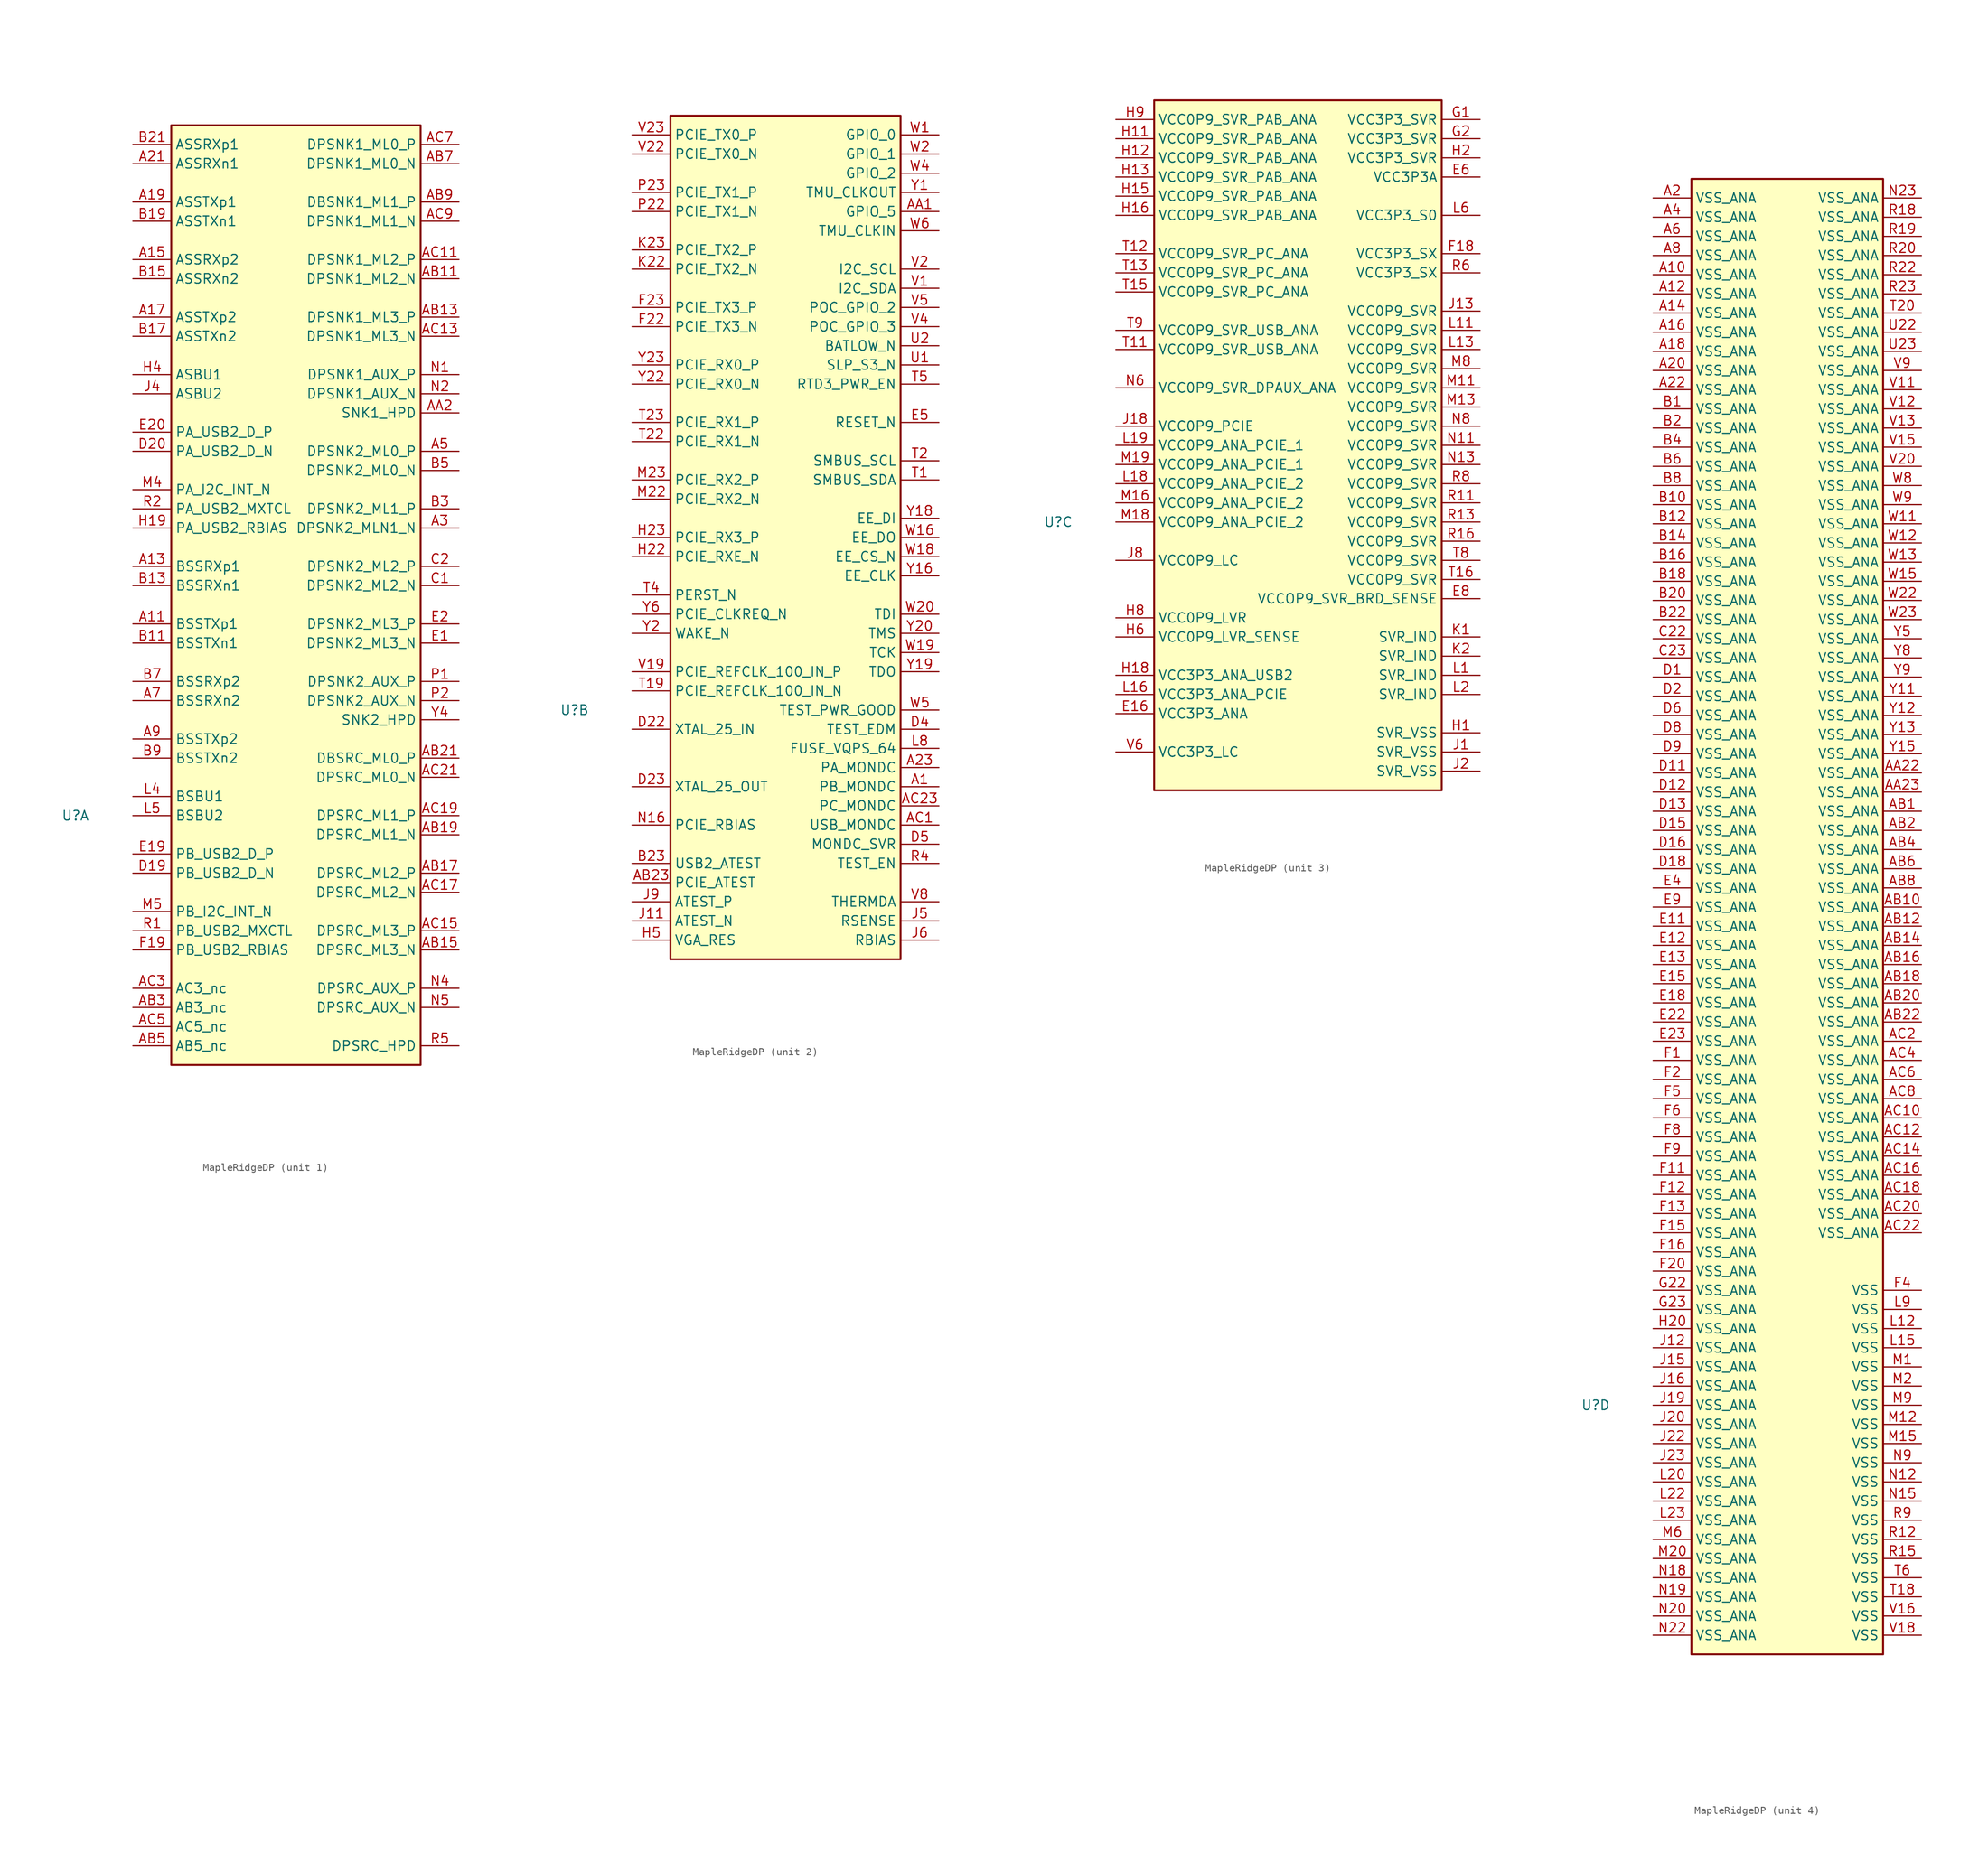
<source format=kicad_sym>
(kicad_symbol_lib
  (version 20241209)
  (generator "kicad_symbol_editor")
  (generator_version "9.0")
  (symbol "MapleRidgeDP"
    (property "Reference" "U"
      (at -7.62 30.48 0)
      (effects (font (size 1.27 1.27))))
    (property "Value" ""
      (at -7.62 30.48 0)
      (effects (font (size 1.27 1.27))))
    (property "ki_locked" ""
      (at 0 0 0)
      (effects (font (size 1.27 1.27))))
    (symbol "MapleRidgeDP_1_1"
      (rectangle (start 5.08 121.92) (end 38.1 -2.54) (stroke (width 0.254) (type default)) (fill (type background)))
      (pin passive line (at 0 119.38 0) (length 5.08) (name "ASSRXp1" (effects (font (size 1.27 1.27)))) (number "B21" (effects (font (size 1.27 1.27)))))
      (pin passive line (at 0 116.84 0) (length 5.08) (name "ASSRXn1" (effects (font (size 1.27 1.27)))) (number "A21" (effects (font (size 1.27 1.27)))))
      (pin passive line (at 0 111.76 0) (length 5.08) (name "ASSTXp1" (effects (font (size 1.27 1.27)))) (number "A19" (effects (font (size 1.27 1.27)))))
      (pin passive line (at 0 109.22 0) (length 5.08) (name "ASSTXn1" (effects (font (size 1.27 1.27)))) (number "B19" (effects (font (size 1.27 1.27)))))
      (pin passive line (at 0 104.14 0) (length 5.08) (name "ASSRXp2" (effects (font (size 1.27 1.27)))) (number "A15" (effects (font (size 1.27 1.27)))))
      (pin passive line (at 0 101.6 0) (length 5.08) (name "ASSRXn2" (effects (font (size 1.27 1.27)))) (number "B15" (effects (font (size 1.27 1.27)))))
      (pin passive line (at 0 96.52 0) (length 5.08) (name "ASSTXp2" (effects (font (size 1.27 1.27)))) (number "A17" (effects (font (size 1.27 1.27)))))
      (pin passive line (at 0 93.98 0) (length 5.08) (name "ASSTXn2" (effects (font (size 1.27 1.27)))) (number "B17" (effects (font (size 1.27 1.27)))))
      (pin passive line (at 0 88.9 0) (length 5.08) (name "ASBU1" (effects (font (size 1.27 1.27)))) (number "H4" (effects (font (size 1.27 1.27)))))
      (pin passive line (at 0 86.36 0) (length 5.08) (name "ASBU2" (effects (font (size 1.27 1.27)))) (number "J4" (effects (font (size 1.27 1.27)))))
      (pin passive line (at 0 81.28 0) (length 5.08) (name "PA_USB2_D_P" (effects (font (size 1.27 1.27)))) (number "E20" (effects (font (size 1.27 1.27)))))
      (pin passive line (at 0 78.74 0) (length 5.08) (name "PA_USB2_D_N" (effects (font (size 1.27 1.27)))) (number "D20" (effects (font (size 1.27 1.27)))))
      (pin passive line (at 0 73.66 0) (length 5.08) (name "PA_I2C_INT_N" (effects (font (size 1.27 1.27)))) (number "M4" (effects (font (size 1.27 1.27)))))
      (pin passive line (at 0 71.12 0) (length 5.08) (name "PA_USB2_MXTCL" (effects (font (size 1.27 1.27)))) (number "R2" (effects (font (size 1.27 1.27)))))
      (pin passive line (at 0 68.58 0) (length 5.08) (name "PA_USB2_RBIAS" (effects (font (size 1.27 1.27)))) (number "H19" (effects (font (size 1.27 1.27)))))
      (pin passive line (at 0 63.5 0) (length 5.08) (name "BSSRXp1" (effects (font (size 1.27 1.27)))) (number "A13" (effects (font (size 1.27 1.27)))))
      (pin passive line (at 0 60.96 0) (length 5.08) (name "BSSRXn1" (effects (font (size 1.27 1.27)))) (number "B13" (effects (font (size 1.27 1.27)))))
      (pin passive line (at 0 55.88 0) (length 5.08) (name "BSSTXp1" (effects (font (size 1.27 1.27)))) (number "A11" (effects (font (size 1.27 1.27)))))
      (pin passive line (at 0 53.34 0) (length 5.08) (name "BSSTXn1" (effects (font (size 1.27 1.27)))) (number "B11" (effects (font (size 1.27 1.27)))))
      (pin passive line (at 0 48.26 0) (length 5.08) (name "BSSRXp2" (effects (font (size 1.27 1.27)))) (number "B7" (effects (font (size 1.27 1.27)))))
      (pin passive line (at 0 45.72 0) (length 5.08) (name "BSSRXn2" (effects (font (size 1.27 1.27)))) (number "A7" (effects (font (size 1.27 1.27)))))
      (pin passive line (at 0 40.64 0) (length 5.08) (name "BSSTXp2" (effects (font (size 1.27 1.27)))) (number "A9" (effects (font (size 1.27 1.27)))))
      (pin passive line (at 0 38.1 0) (length 5.08) (name "BSSTXn2" (effects (font (size 1.27 1.27)))) (number "B9" (effects (font (size 1.27 1.27)))))
      (pin passive line (at 0 33.02 0) (length 5.08) (name "BSBU1" (effects (font (size 1.27 1.27)))) (number "L4" (effects (font (size 1.27 1.27)))))
      (pin passive line (at 0 30.48 0) (length 5.08) (name "BSBU2" (effects (font (size 1.27 1.27)))) (number "L5" (effects (font (size 1.27 1.27)))))
      (pin passive line (at 0 25.4 0) (length 5.08) (name "PB_USB2_D_P" (effects (font (size 1.27 1.27)))) (number "E19" (effects (font (size 1.27 1.27)))))
      (pin passive line (at 0 22.86 0) (length 5.08) (name "PB_USB2_D_N" (effects (font (size 1.27 1.27)))) (number "D19" (effects (font (size 1.27 1.27)))))
      (pin passive line (at 0 17.78 0) (length 5.08) (name "PB_I2C_INT_N" (effects (font (size 1.27 1.27)))) (number "M5" (effects (font (size 1.27 1.27)))))
      (pin passive line (at 0 15.24 0) (length 5.08) (name "PB_USB2_MXCTL" (effects (font (size 1.27 1.27)))) (number "R1" (effects (font (size 1.27 1.27)))))
      (pin passive line (at 0 12.7 0) (length 5.08) (name "PB_USB2_RBIAS" (effects (font (size 1.27 1.27)))) (number "F19" (effects (font (size 1.27 1.27)))))
      (pin passive line (at 0 7.62 0) (length 5.08) (name "AC3_nc" (effects (font (size 1.27 1.27)))) (number "AC3" (effects (font (size 1.27 1.27)))))
      (pin passive line (at 0 5.08 0) (length 5.08) (name "AB3_nc" (effects (font (size 1.27 1.27)))) (number "AB3" (effects (font (size 1.27 1.27)))))
      (pin passive line (at 0 2.54 0) (length 5.08) (name "AC5_nc" (effects (font (size 1.27 1.27)))) (number "AC5" (effects (font (size 1.27 1.27)))))
      (pin passive line (at 0 0 0) (length 5.08) (name "AB5_nc" (effects (font (size 1.27 1.27)))) (number "AB5" (effects (font (size 1.27 1.27)))))
      (pin passive line (at 43.18 119.38 180) (length 5.08) (name "DPSNK1_ML0_P" (effects (font (size 1.27 1.27)))) (number "AC7" (effects (font (size 1.27 1.27)))))
      (pin passive line (at 43.18 116.84 180) (length 5.08) (name "DPSNK1_ML0_N" (effects (font (size 1.27 1.27)))) (number "AB7" (effects (font (size 1.27 1.27)))))
      (pin passive line (at 43.18 111.76 180) (length 5.08) (name "DBSNK1_ML1_P" (effects (font (size 1.27 1.27)))) (number "AB9" (effects (font (size 1.27 1.27)))))
      (pin passive line (at 43.18 109.22 180) (length 5.08) (name "DPSNK1_ML1_N" (effects (font (size 1.27 1.27)))) (number "AC9" (effects (font (size 1.27 1.27)))))
      (pin passive line (at 43.18 104.14 180) (length 5.08) (name "DPSNK1_ML2_P" (effects (font (size 1.27 1.27)))) (number "AC11" (effects (font (size 1.27 1.27)))))
      (pin passive line (at 43.18 101.6 180) (length 5.08) (name "DPSNK1_ML2_N" (effects (font (size 1.27 1.27)))) (number "AB11" (effects (font (size 1.27 1.27)))))
      (pin passive line (at 43.18 96.52 180) (length 5.08) (name "DPSNK1_ML3_P" (effects (font (size 1.27 1.27)))) (number "AB13" (effects (font (size 1.27 1.27)))))
      (pin passive line (at 43.18 93.98 180) (length 5.08) (name "DPSNK1_ML3_N" (effects (font (size 1.27 1.27)))) (number "AC13" (effects (font (size 1.27 1.27)))))
      (pin passive line (at 43.18 88.9 180) (length 5.08) (name "DPSNK1_AUX_P" (effects (font (size 1.27 1.27)))) (number "N1" (effects (font (size 1.27 1.27)))))
      (pin passive line (at 43.18 86.36 180) (length 5.08) (name "DPSNK1_AUX_N" (effects (font (size 1.27 1.27)))) (number "N2" (effects (font (size 1.27 1.27)))))
      (pin passive line (at 43.18 83.82 180) (length 5.08) (name "SNK1_HPD" (effects (font (size 1.27 1.27)))) (number "AA2" (effects (font (size 1.27 1.27)))))
      (pin passive line (at 43.18 78.74 180) (length 5.08) (name "DPSNK2_ML0_P" (effects (font (size 1.27 1.27)))) (number "A5" (effects (font (size 1.27 1.27)))))
      (pin passive line (at 43.18 76.2 180) (length 5.08) (name "DPSNK2_ML0_N" (effects (font (size 1.27 1.27)))) (number "B5" (effects (font (size 1.27 1.27)))))
      (pin passive line (at 43.18 71.12 180) (length 5.08) (name "DPSNK2_ML1_P" (effects (font (size 1.27 1.27)))) (number "B3" (effects (font (size 1.27 1.27)))))
      (pin passive line (at 43.18 68.58 180) (length 5.08) (name "DPSNK2_MLN1_N" (effects (font (size 1.27 1.27)))) (number "A3" (effects (font (size 1.27 1.27)))))
      (pin passive line (at 43.18 63.5 180) (length 5.08) (name "DPSNK2_ML2_P" (effects (font (size 1.27 1.27)))) (number "C2" (effects (font (size 1.27 1.27)))))
      (pin passive line (at 43.18 60.96 180) (length 5.08) (name "DPSNK2_ML2_N" (effects (font (size 1.27 1.27)))) (number "C1" (effects (font (size 1.27 1.27)))))
      (pin passive line (at 43.18 55.88 180) (length 5.08) (name "DPSNK2_ML3_P" (effects (font (size 1.27 1.27)))) (number "E2" (effects (font (size 1.27 1.27)))))
      (pin passive line (at 43.18 53.34 180) (length 5.08) (name "DPSNK2_ML3_N" (effects (font (size 1.27 1.27)))) (number "E1" (effects (font (size 1.27 1.27)))))
      (pin passive line (at 43.18 48.26 180) (length 5.08) (name "DPSNK2_AUX_P" (effects (font (size 1.27 1.27)))) (number "P1" (effects (font (size 1.27 1.27)))))
      (pin passive line (at 43.18 45.72 180) (length 5.08) (name "DPSNK2_AUX_N" (effects (font (size 1.27 1.27)))) (number "P2" (effects (font (size 1.27 1.27)))))
      (pin passive line (at 43.18 43.18 180) (length 5.08) (name "SNK2_HPD" (effects (font (size 1.27 1.27)))) (number "Y4" (effects (font (size 1.27 1.27)))))
      (pin passive line (at 43.18 38.1 180) (length 5.08) (name "DBSRC_ML0_P" (effects (font (size 1.27 1.27)))) (number "AB21" (effects (font (size 1.27 1.27)))))
      (pin passive line (at 43.18 35.56 180) (length 5.08) (name "DPSRC_ML0_N" (effects (font (size 1.27 1.27)))) (number "AC21" (effects (font (size 1.27 1.27)))))
      (pin passive line (at 43.18 30.48 180) (length 5.08) (name "DPSRC_ML1_P" (effects (font (size 1.27 1.27)))) (number "AC19" (effects (font (size 1.27 1.27)))))
      (pin passive line (at 43.18 27.94 180) (length 5.08) (name "DPSRC_ML1_N" (effects (font (size 1.27 1.27)))) (number "AB19" (effects (font (size 1.27 1.27)))))
      (pin passive line (at 43.18 22.86 180) (length 5.08) (name "DPSRC_ML2_P" (effects (font (size 1.27 1.27)))) (number "AB17" (effects (font (size 1.27 1.27)))))
      (pin passive line (at 43.18 20.32 180) (length 5.08) (name "DPSRC_ML2_N" (effects (font (size 1.27 1.27)))) (number "AC17" (effects (font (size 1.27 1.27)))))
      (pin passive line (at 43.18 15.24 180) (length 5.08) (name "DPSRC_ML3_P" (effects (font (size 1.27 1.27)))) (number "AC15" (effects (font (size 1.27 1.27)))))
      (pin passive line (at 43.18 12.7 180) (length 5.08) (name "DPSRC_ML3_N" (effects (font (size 1.27 1.27)))) (number "AB15" (effects (font (size 1.27 1.27)))))
      (pin passive line (at 43.18 7.62 180) (length 5.08) (name "DPSRC_AUX_P" (effects (font (size 1.27 1.27)))) (number "N4" (effects (font (size 1.27 1.27)))))
      (pin passive line (at 43.18 5.08 180) (length 5.08) (name "DPSRC_AUX_N" (effects (font (size 1.27 1.27)))) (number "N5" (effects (font (size 1.27 1.27)))))
      (pin passive line (at 43.18 0 180) (length 5.08) (name "DPSRC_HPD" (effects (font (size 1.27 1.27)))) (number "R5" (effects (font (size 1.27 1.27))))))
    (symbol "MapleRidgeDP_2_1"
      (rectangle (start 5.08 109.22) (end 35.56 -2.54) (stroke (width 0.254) (type default)) (fill (type background)))
      (pin passive line (at 0 106.68 0) (length 5.08) (name "PCIE_TX0_P" (effects (font (size 1.27 1.27)))) (number "V23" (effects (font (size 1.27 1.27)))))
      (pin passive line (at 0 104.14 0) (length 5.08) (name "PCIE_TX0_N" (effects (font (size 1.27 1.27)))) (number "V22" (effects (font (size 1.27 1.27)))))
      (pin passive line (at 0 99.06 0) (length 5.08) (name "PCIE_TX1_P" (effects (font (size 1.27 1.27)))) (number "P23" (effects (font (size 1.27 1.27)))))
      (pin passive line (at 0 96.52 0) (length 5.08) (name "PCIE_TX1_N" (effects (font (size 1.27 1.27)))) (number "P22" (effects (font (size 1.27 1.27)))))
      (pin passive line (at 0 91.44 0) (length 5.08) (name "PCIE_TX2_P" (effects (font (size 1.27 1.27)))) (number "K23" (effects (font (size 1.27 1.27)))))
      (pin passive line (at 0 88.9 0) (length 5.08) (name "PCIE_TX2_N" (effects (font (size 1.27 1.27)))) (number "K22" (effects (font (size 1.27 1.27)))))
      (pin passive line (at 0 83.82 0) (length 5.08) (name "PCIE_TX3_P" (effects (font (size 1.27 1.27)))) (number "F23" (effects (font (size 1.27 1.27)))))
      (pin passive line (at 0 81.28 0) (length 5.08) (name "PCIE_TX3_N" (effects (font (size 1.27 1.27)))) (number "F22" (effects (font (size 1.27 1.27)))))
      (pin passive line (at 0 76.2 0) (length 5.08) (name "PCIE_RX0_P" (effects (font (size 1.27 1.27)))) (number "Y23" (effects (font (size 1.27 1.27)))))
      (pin passive line (at 0 73.66 0) (length 5.08) (name "PCIE_RX0_N" (effects (font (size 1.27 1.27)))) (number "Y22" (effects (font (size 1.27 1.27)))))
      (pin passive line (at 0 68.58 0) (length 5.08) (name "PCIE_RX1_P" (effects (font (size 1.27 1.27)))) (number "T23" (effects (font (size 1.27 1.27)))))
      (pin passive line (at 0 66.04 0) (length 5.08) (name "PCIE_RX1_N" (effects (font (size 1.27 1.27)))) (number "T22" (effects (font (size 1.27 1.27)))))
      (pin passive line (at 0 60.96 0) (length 5.08) (name "PCIE_RX2_P" (effects (font (size 1.27 1.27)))) (number "M23" (effects (font (size 1.27 1.27)))))
      (pin passive line (at 0 58.42 0) (length 5.08) (name "PCIE_RX2_N" (effects (font (size 1.27 1.27)))) (number "M22" (effects (font (size 1.27 1.27)))))
      (pin passive line (at 0 53.34 0) (length 5.08) (name "PCIE_RX3_P" (effects (font (size 1.27 1.27)))) (number "H23" (effects (font (size 1.27 1.27)))))
      (pin passive line (at 0 50.8 0) (length 5.08) (name "PCIE_RXE_N" (effects (font (size 1.27 1.27)))) (number "H22" (effects (font (size 1.27 1.27)))))
      (pin passive line (at 0 45.72 0) (length 5.08) (name "PERST_N" (effects (font (size 1.27 1.27)))) (number "T4" (effects (font (size 1.27 1.27)))))
      (pin passive line (at 0 43.18 0) (length 5.08) (name "PCIE_CLKREQ_N" (effects (font (size 1.27 1.27)))) (number "Y6" (effects (font (size 1.27 1.27)))))
      (pin passive line (at 0 40.64 0) (length 5.08) (name "WAKE_N" (effects (font (size 1.27 1.27)))) (number "Y2" (effects (font (size 1.27 1.27)))))
      (pin passive line (at 0 35.56 0) (length 5.08) (name "PCIE_REFCLK_100_IN_P" (effects (font (size 1.27 1.27)))) (number "V19" (effects (font (size 1.27 1.27)))))
      (pin passive line (at 0 33.02 0) (length 5.08) (name "PCIE_REFCLK_100_IN_N" (effects (font (size 1.27 1.27)))) (number "T19" (effects (font (size 1.27 1.27)))))
      (pin passive line (at 0 27.94 0) (length 5.08) (name "XTAL_25_IN" (effects (font (size 1.27 1.27)))) (number "D22" (effects (font (size 1.27 1.27)))))
      (pin passive line (at 0 20.32 0) (length 5.08) (name "XTAL_25_OUT" (effects (font (size 1.27 1.27)))) (number "D23" (effects (font (size 1.27 1.27)))))
      (pin passive line (at 0 15.24 0) (length 5.08) (name "PCIE_RBIAS" (effects (font (size 1.27 1.27)))) (number "N16" (effects (font (size 1.27 1.27)))))
      (pin passive line (at 0 10.16 0) (length 5.08) (name "USB2_ATEST" (effects (font (size 1.27 1.27)))) (number "B23" (effects (font (size 1.27 1.27)))))
      (pin passive line (at 0 7.62 0) (length 5.08) (name "PCIE_ATEST" (effects (font (size 1.27 1.27)))) (number "AB23" (effects (font (size 1.27 1.27)))))
      (pin passive line (at 0 5.08 0) (length 5.08) (name "ATEST_P" (effects (font (size 1.27 1.27)))) (number "J9" (effects (font (size 1.27 1.27)))))
      (pin passive line (at 0 2.54 0) (length 5.08) (name "ATEST_N" (effects (font (size 1.27 1.27)))) (number "J11" (effects (font (size 1.27 1.27)))))
      (pin passive line (at 0 0 0) (length 5.08) (name "VGA_RES" (effects (font (size 1.27 1.27)))) (number "H5" (effects (font (size 1.27 1.27)))))
      (pin passive line (at 40.64 106.68 180) (length 5.08) (name "GPIO_0" (effects (font (size 1.27 1.27)))) (number "W1" (effects (font (size 1.27 1.27)))))
      (pin passive line (at 40.64 104.14 180) (length 5.08) (name "GPIO_1" (effects (font (size 1.27 1.27)))) (number "W2" (effects (font (size 1.27 1.27)))))
      (pin passive line (at 40.64 101.6 180) (length 5.08) (name "GPIO_2" (effects (font (size 1.27 1.27)))) (number "W4" (effects (font (size 1.27 1.27)))))
      (pin passive line (at 40.64 99.06 180) (length 5.08) (name "TMU_CLKOUT" (effects (font (size 1.27 1.27)))) (number "Y1" (effects (font (size 1.27 1.27)))))
      (pin passive line (at 40.64 96.52 180) (length 5.08) (name "GPIO_5" (effects (font (size 1.27 1.27)))) (number "AA1" (effects (font (size 1.27 1.27)))))
      (pin passive line (at 40.64 93.98 180) (length 5.08) (name "TMU_CLKIN" (effects (font (size 1.27 1.27)))) (number "W6" (effects (font (size 1.27 1.27)))))
      (pin passive line (at 40.64 88.9 180) (length 5.08) (name "I2C_SCL" (effects (font (size 1.27 1.27)))) (number "V2" (effects (font (size 1.27 1.27)))))
      (pin passive line (at 40.64 86.36 180) (length 5.08) (name "I2C_SDA" (effects (font (size 1.27 1.27)))) (number "V1" (effects (font (size 1.27 1.27)))))
      (pin passive line (at 40.64 83.82 180) (length 5.08) (name "POC_GPIO_2" (effects (font (size 1.27 1.27)))) (number "V5" (effects (font (size 1.27 1.27)))))
      (pin passive line (at 40.64 81.28 180) (length 5.08) (name "POC_GPIO_3" (effects (font (size 1.27 1.27)))) (number "V4" (effects (font (size 1.27 1.27)))))
      (pin passive line (at 40.64 78.74 180) (length 5.08) (name "BATLOW_N" (effects (font (size 1.27 1.27)))) (number "U2" (effects (font (size 1.27 1.27)))))
      (pin passive line (at 40.64 76.2 180) (length 5.08) (name "SLP_S3_N" (effects (font (size 1.27 1.27)))) (number "U1" (effects (font (size 1.27 1.27)))))
      (pin passive line (at 40.64 73.66 180) (length 5.08) (name "RTD3_PWR_EN" (effects (font (size 1.27 1.27)))) (number "T5" (effects (font (size 1.27 1.27)))))
      (pin passive line (at 40.64 68.58 180) (length 5.08) (name "RESET_N" (effects (font (size 1.27 1.27)))) (number "E5" (effects (font (size 1.27 1.27)))))
      (pin passive line (at 40.64 63.5 180) (length 5.08) (name "SMBUS_SCL" (effects (font (size 1.27 1.27)))) (number "T2" (effects (font (size 1.27 1.27)))))
      (pin passive line (at 40.64 60.96 180) (length 5.08) (name "SMBUS_SDA" (effects (font (size 1.27 1.27)))) (number "T1" (effects (font (size 1.27 1.27)))))
      (pin passive line (at 40.64 55.88 180) (length 5.08) (name "EE_DI" (effects (font (size 1.27 1.27)))) (number "Y18" (effects (font (size 1.27 1.27)))))
      (pin passive line (at 40.64 53.34 180) (length 5.08) (name "EE_DO" (effects (font (size 1.27 1.27)))) (number "W16" (effects (font (size 1.27 1.27)))))
      (pin passive line (at 40.64 50.8 180) (length 5.08) (name "EE_CS_N" (effects (font (size 1.27 1.27)))) (number "W18" (effects (font (size 1.27 1.27)))))
      (pin passive line (at 40.64 48.26 180) (length 5.08) (name "EE_CLK" (effects (font (size 1.27 1.27)))) (number "Y16" (effects (font (size 1.27 1.27)))))
      (pin passive line (at 40.64 43.18 180) (length 5.08) (name "TDI" (effects (font (size 1.27 1.27)))) (number "W20" (effects (font (size 1.27 1.27)))))
      (pin passive line (at 40.64 40.64 180) (length 5.08) (name "TMS" (effects (font (size 1.27 1.27)))) (number "Y20" (effects (font (size 1.27 1.27)))))
      (pin passive line (at 40.64 38.1 180) (length 5.08) (name "TCK" (effects (font (size 1.27 1.27)))) (number "W19" (effects (font (size 1.27 1.27)))))
      (pin passive line (at 40.64 35.56 180) (length 5.08) (name "TDO" (effects (font (size 1.27 1.27)))) (number "Y19" (effects (font (size 1.27 1.27)))))
      (pin passive line (at 40.64 30.48 180) (length 5.08) (name "TEST_PWR_GOOD" (effects (font (size 1.27 1.27)))) (number "W5" (effects (font (size 1.27 1.27)))))
      (pin passive line (at 40.64 27.94 180) (length 5.08) (name "TEST_EDM" (effects (font (size 1.27 1.27)))) (number "D4" (effects (font (size 1.27 1.27)))))
      (pin passive line (at 40.64 25.4 180) (length 5.08) (name "FUSE_VQPS_64" (effects (font (size 1.27 1.27)))) (number "L8" (effects (font (size 1.27 1.27)))))
      (pin passive line (at 40.64 22.86 180) (length 5.08) (name "PA_MONDC" (effects (font (size 1.27 1.27)))) (number "A23" (effects (font (size 1.27 1.27)))))
      (pin passive line (at 40.64 20.32 180) (length 5.08) (name "PB_MONDC" (effects (font (size 1.27 1.27)))) (number "A1" (effects (font (size 1.27 1.27)))))
      (pin passive line (at 40.64 17.78 180) (length 5.08) (name "PC_MONDC" (effects (font (size 1.27 1.27)))) (number "AC23" (effects (font (size 1.27 1.27)))))
      (pin passive line (at 40.64 15.24 180) (length 5.08) (name "USB_MONDC" (effects (font (size 1.27 1.27)))) (number "AC1" (effects (font (size 1.27 1.27)))))
      (pin passive line (at 40.64 12.7 180) (length 5.08) (name "MONDC_SVR" (effects (font (size 1.27 1.27)))) (number "D5" (effects (font (size 1.27 1.27)))))
      (pin passive line (at 40.64 10.16 180) (length 5.08) (name "TEST_EN" (effects (font (size 1.27 1.27)))) (number "R4" (effects (font (size 1.27 1.27)))))
      (pin passive line (at 40.64 5.08 180) (length 5.08) (name "THERMDA" (effects (font (size 1.27 1.27)))) (number "V8" (effects (font (size 1.27 1.27)))))
      (pin passive line (at 40.64 2.54 180) (length 5.08) (name "RSENSE" (effects (font (size 1.27 1.27)))) (number "J5" (effects (font (size 1.27 1.27)))))
      (pin passive line (at 40.64 0 180) (length 5.08) (name "RBIAS" (effects (font (size 1.27 1.27)))) (number "J6" (effects (font (size 1.27 1.27))))))
    (symbol "MapleRidgeDP_3_1"
      (rectangle (start 5.08 86.36) (end 43.18 -5.08) (stroke (width 0.254) (type default)) (fill (type background)))
      (pin power_in line (at 0 83.82 0) (length 5.08) (name "VCC0P9_SVR_PAB_ANA" (effects (font (size 1.27 1.27)))) (number "H9" (effects (font (size 1.27 1.27)))))
      (pin power_in line (at 0 81.28 0) (length 5.08) (name "VCC0P9_SVR_PAB_ANA" (effects (font (size 1.27 1.27)))) (number "H11" (effects (font (size 1.27 1.27)))))
      (pin power_in line (at 0 78.74 0) (length 5.08) (name "VCC0P9_SVR_PAB_ANA" (effects (font (size 1.27 1.27)))) (number "H12" (effects (font (size 1.27 1.27)))))
      (pin power_in line (at 0 76.2 0) (length 5.08) (name "VCC0P9_SVR_PAB_ANA" (effects (font (size 1.27 1.27)))) (number "H13" (effects (font (size 1.27 1.27)))))
      (pin power_in line (at 0 73.66 0) (length 5.08) (name "VCC0P9_SVR_PAB_ANA" (effects (font (size 1.27 1.27)))) (number "H15" (effects (font (size 1.27 1.27)))))
      (pin power_in line (at 0 71.12 0) (length 5.08) (name "VCC0P9_SVR_PAB_ANA" (effects (font (size 1.27 1.27)))) (number "H16" (effects (font (size 1.27 1.27)))))
      (pin power_in line (at 0 66.04 0) (length 5.08) (name "VCC0P9_SVR_PC_ANA" (effects (font (size 1.27 1.27)))) (number "T12" (effects (font (size 1.27 1.27)))))
      (pin power_in line (at 0 63.5 0) (length 5.08) (name "VCC0P9_SVR_PC_ANA" (effects (font (size 1.27 1.27)))) (number "T13" (effects (font (size 1.27 1.27)))))
      (pin power_in line (at 0 60.96 0) (length 5.08) (name "VCC0P9_SVR_PC_ANA" (effects (font (size 1.27 1.27)))) (number "T15" (effects (font (size 1.27 1.27)))))
      (pin power_in line (at 0 55.88 0) (length 5.08) (name "VCC0P9_SVR_USB_ANA" (effects (font (size 1.27 1.27)))) (number "T9" (effects (font (size 1.27 1.27)))))
      (pin power_in line (at 0 53.34 0) (length 5.08) (name "VCC0P9_SVR_USB_ANA" (effects (font (size 1.27 1.27)))) (number "T11" (effects (font (size 1.27 1.27)))))
      (pin power_in line (at 0 48.26 0) (length 5.08) (name "VCC0P9_SVR_DPAUX_ANA" (effects (font (size 1.27 1.27)))) (number "N6" (effects (font (size 1.27 1.27)))))
      (pin power_in line (at 0 43.18 0) (length 5.08) (name "VCC0P9_PCIE" (effects (font (size 1.27 1.27)))) (number "J18" (effects (font (size 1.27 1.27)))))
      (pin power_in line (at 0 40.64 0) (length 5.08) (name "VCC0P9_ANA_PCIE_1" (effects (font (size 1.27 1.27)))) (number "L19" (effects (font (size 1.27 1.27)))))
      (pin power_in line (at 0 38.1 0) (length 5.08) (name "VCC0P9_ANA_PCIE_1" (effects (font (size 1.27 1.27)))) (number "M19" (effects (font (size 1.27 1.27)))))
      (pin power_in line (at 0 35.56 0) (length 5.08) (name "VCC0P9_ANA_PCIE_2" (effects (font (size 1.27 1.27)))) (number "L18" (effects (font (size 1.27 1.27)))))
      (pin power_in line (at 0 33.02 0) (length 5.08) (name "VCC0P9_ANA_PCIE_2" (effects (font (size 1.27 1.27)))) (number "M16" (effects (font (size 1.27 1.27)))))
      (pin power_in line (at 0 30.48 0) (length 5.08) (name "VCC0P9_ANA_PCIE_2" (effects (font (size 1.27 1.27)))) (number "M18" (effects (font (size 1.27 1.27)))))
      (pin power_in line (at 0 25.4 0) (length 5.08) (name "VCC0P9_LC" (effects (font (size 1.27 1.27)))) (number "J8" (effects (font (size 1.27 1.27)))))
      (pin power_in line (at 0 17.78 0) (length 5.08) (name "VCC0P9_LVR" (effects (font (size 1.27 1.27)))) (number "H8" (effects (font (size 1.27 1.27)))))
      (pin power_in line (at 0 15.24 0) (length 5.08) (name "VCC0P9_LVR_SENSE" (effects (font (size 1.27 1.27)))) (number "H6" (effects (font (size 1.27 1.27)))))
      (pin power_in line (at 0 10.16 0) (length 5.08) (name "VCC3P3_ANA_USB2" (effects (font (size 1.27 1.27)))) (number "H18" (effects (font (size 1.27 1.27)))))
      (pin power_in line (at 0 7.62 0) (length 5.08) (name "VCC3P3_ANA_PCIE" (effects (font (size 1.27 1.27)))) (number "L16" (effects (font (size 1.27 1.27)))))
      (pin power_in line (at 0 5.08 0) (length 5.08) (name "VCC3P3_ANA" (effects (font (size 1.27 1.27)))) (number "E16" (effects (font (size 1.27 1.27)))))
      (pin power_in line (at 0 0 0) (length 5.08) (name "VCC3P3_LC" (effects (font (size 1.27 1.27)))) (number "V6" (effects (font (size 1.27 1.27)))))
      (pin power_in line (at 48.26 83.82 180) (length 5.08) (name "VCC3P3_SVR" (effects (font (size 1.27 1.27)))) (number "G1" (effects (font (size 1.27 1.27)))))
      (pin power_in line (at 48.26 81.28 180) (length 5.08) (name "VCC3P3_SVR" (effects (font (size 1.27 1.27)))) (number "G2" (effects (font (size 1.27 1.27)))))
      (pin power_in line (at 48.26 78.74 180) (length 5.08) (name "VCC3P3_SVR" (effects (font (size 1.27 1.27)))) (number "H2" (effects (font (size 1.27 1.27)))))
      (pin power_in line (at 48.26 76.2 180) (length 5.08) (name "VCC3P3A" (effects (font (size 1.27 1.27)))) (number "E6" (effects (font (size 1.27 1.27)))))
      (pin power_in line (at 48.26 71.12 180) (length 5.08) (name "VCC3P3_S0" (effects (font (size 1.27 1.27)))) (number "L6" (effects (font (size 1.27 1.27)))))
      (pin power_in line (at 48.26 66.04 180) (length 5.08) (name "VCC3P3_SX" (effects (font (size 1.27 1.27)))) (number "F18" (effects (font (size 1.27 1.27)))))
      (pin power_in line (at 48.26 63.5 180) (length 5.08) (name "VCC3P3_SX" (effects (font (size 1.27 1.27)))) (number "R6" (effects (font (size 1.27 1.27)))))
      (pin power_in line (at 48.26 58.42 180) (length 5.08) (name "VCC0P9_SVR" (effects (font (size 1.27 1.27)))) (number "J13" (effects (font (size 1.27 1.27)))))
      (pin power_in line (at 48.26 55.88 180) (length 5.08) (name "VCC0P9_SVR" (effects (font (size 1.27 1.27)))) (number "L11" (effects (font (size 1.27 1.27)))))
      (pin power_in line (at 48.26 53.34 180) (length 5.08) (name "VCC0P9_SVR" (effects (font (size 1.27 1.27)))) (number "L13" (effects (font (size 1.27 1.27)))))
      (pin power_in line (at 48.26 50.8 180) (length 5.08) (name "VCC0P9_SVR" (effects (font (size 1.27 1.27)))) (number "M8" (effects (font (size 1.27 1.27)))))
      (pin power_in line (at 48.26 48.26 180) (length 5.08) (name "VCC0P9_SVR" (effects (font (size 1.27 1.27)))) (number "M11" (effects (font (size 1.27 1.27)))))
      (pin power_in line (at 48.26 45.72 180) (length 5.08) (name "VCC0P9_SVR" (effects (font (size 1.27 1.27)))) (number "M13" (effects (font (size 1.27 1.27)))))
      (pin power_in line (at 48.26 43.18 180) (length 5.08) (name "VCC0P9_SVR" (effects (font (size 1.27 1.27)))) (number "N8" (effects (font (size 1.27 1.27)))))
      (pin power_in line (at 48.26 40.64 180) (length 5.08) (name "VCC0P9_SVR" (effects (font (size 1.27 1.27)))) (number "N11" (effects (font (size 1.27 1.27)))))
      (pin power_in line (at 48.26 38.1 180) (length 5.08) (name "VCC0P9_SVR" (effects (font (size 1.27 1.27)))) (number "N13" (effects (font (size 1.27 1.27)))))
      (pin power_in line (at 48.26 35.56 180) (length 5.08) (name "VCC0P9_SVR" (effects (font (size 1.27 1.27)))) (number "R8" (effects (font (size 1.27 1.27)))))
      (pin power_in line (at 48.26 33.02 180) (length 5.08) (name "VCC0P9_SVR" (effects (font (size 1.27 1.27)))) (number "R11" (effects (font (size 1.27 1.27)))))
      (pin power_in line (at 48.26 30.48 180) (length 5.08) (name "VCC0P9_SVR" (effects (font (size 1.27 1.27)))) (number "R13" (effects (font (size 1.27 1.27)))))
      (pin power_in line (at 48.26 27.94 180) (length 5.08) (name "VCC0P9_SVR" (effects (font (size 1.27 1.27)))) (number "R16" (effects (font (size 1.27 1.27)))))
      (pin power_in line (at 48.26 25.4 180) (length 5.08) (name "VCC0P9_SVR" (effects (font (size 1.27 1.27)))) (number "T8" (effects (font (size 1.27 1.27)))))
      (pin power_in line (at 48.26 22.86 180) (length 5.08) (name "VCC0P9_SVR" (effects (font (size 1.27 1.27)))) (number "T16" (effects (font (size 1.27 1.27)))))
      (pin power_in line (at 48.26 20.32 180) (length 5.08) (name "VCCOP9_SVR_BRD_SENSE" (effects (font (size 1.27 1.27)))) (number "E8" (effects (font (size 1.27 1.27)))))
      (pin passive line (at 48.26 15.24 180) (length 5.08) (name "SVR_IND" (effects (font (size 1.27 1.27)))) (number "K1" (effects (font (size 1.27 1.27)))))
      (pin passive line (at 48.26 12.7 180) (length 5.08) (name "SVR_IND" (effects (font (size 1.27 1.27)))) (number "K2" (effects (font (size 1.27 1.27)))))
      (pin passive line (at 48.26 10.16 180) (length 5.08) (name "SVR_IND" (effects (font (size 1.27 1.27)))) (number "L1" (effects (font (size 1.27 1.27)))))
      (pin passive line (at 48.26 7.62 180) (length 5.08) (name "SVR_IND" (effects (font (size 1.27 1.27)))) (number "L2" (effects (font (size 1.27 1.27)))))
      (pin power_in line (at 48.26 2.54 180) (length 5.08) (name "SVR_VSS" (effects (font (size 1.27 1.27)))) (number "H1" (effects (font (size 1.27 1.27)))))
      (pin power_in line (at 48.26 0 180) (length 5.08) (name "SVR_VSS" (effects (font (size 1.27 1.27)))) (number "J1" (effects (font (size 1.27 1.27)))))
      (pin power_in line (at 48.26 -2.54 180) (length 5.08) (name "SVR_VSS" (effects (font (size 1.27 1.27)))) (number "J2" (effects (font (size 1.27 1.27))))))
    (symbol "MapleRidgeDP_4_1"
      (rectangle (start 5.08 193.04) (end 30.48 -2.54) (stroke (width 0.254) (type default)) (fill (type background)))
      (pin passive line (at 0 190.5 0) (length 5.08) (name "VSS_ANA" (effects (font (size 1.27 1.27)))) (number "A2" (effects (font (size 1.27 1.27)))))
      (pin passive line (at 0 187.96 0) (length 5.08) (name "VSS_ANA" (effects (font (size 1.27 1.27)))) (number "A4" (effects (font (size 1.27 1.27)))))
      (pin passive line (at 0 185.42 0) (length 5.08) (name "VSS_ANA" (effects (font (size 1.27 1.27)))) (number "A6" (effects (font (size 1.27 1.27)))))
      (pin passive line (at 0 182.88 0) (length 5.08) (name "VSS_ANA" (effects (font (size 1.27 1.27)))) (number "A8" (effects (font (size 1.27 1.27)))))
      (pin passive line (at 0 180.34 0) (length 5.08) (name "VSS_ANA" (effects (font (size 1.27 1.27)))) (number "A10" (effects (font (size 1.27 1.27)))))
      (pin passive line (at 0 177.8 0) (length 5.08) (name "VSS_ANA" (effects (font (size 1.27 1.27)))) (number "A12" (effects (font (size 1.27 1.27)))))
      (pin passive line (at 0 175.26 0) (length 5.08) (name "VSS_ANA" (effects (font (size 1.27 1.27)))) (number "A14" (effects (font (size 1.27 1.27)))))
      (pin passive line (at 0 172.72 0) (length 5.08) (name "VSS_ANA" (effects (font (size 1.27 1.27)))) (number "A16" (effects (font (size 1.27 1.27)))))
      (pin passive line (at 0 170.18 0) (length 5.08) (name "VSS_ANA" (effects (font (size 1.27 1.27)))) (number "A18" (effects (font (size 1.27 1.27)))))
      (pin passive line (at 0 167.64 0) (length 5.08) (name "VSS_ANA" (effects (font (size 1.27 1.27)))) (number "A20" (effects (font (size 1.27 1.27)))))
      (pin passive line (at 0 165.1 0) (length 5.08) (name "VSS_ANA" (effects (font (size 1.27 1.27)))) (number "A22" (effects (font (size 1.27 1.27)))))
      (pin passive line (at 0 162.56 0) (length 5.08) (name "VSS_ANA" (effects (font (size 1.27 1.27)))) (number "B1" (effects (font (size 1.27 1.27)))))
      (pin passive line (at 0 160.02 0) (length 5.08) (name "VSS_ANA" (effects (font (size 1.27 1.27)))) (number "B2" (effects (font (size 1.27 1.27)))))
      (pin passive line (at 0 157.48 0) (length 5.08) (name "VSS_ANA" (effects (font (size 1.27 1.27)))) (number "B4" (effects (font (size 1.27 1.27)))))
      (pin passive line (at 0 154.94 0) (length 5.08) (name "VSS_ANA" (effects (font (size 1.27 1.27)))) (number "B6" (effects (font (size 1.27 1.27)))))
      (pin passive line (at 0 152.4 0) (length 5.08) (name "VSS_ANA" (effects (font (size 1.27 1.27)))) (number "B8" (effects (font (size 1.27 1.27)))))
      (pin passive line (at 0 149.86 0) (length 5.08) (name "VSS_ANA" (effects (font (size 1.27 1.27)))) (number "B10" (effects (font (size 1.27 1.27)))))
      (pin passive line (at 0 147.32 0) (length 5.08) (name "VSS_ANA" (effects (font (size 1.27 1.27)))) (number "B12" (effects (font (size 1.27 1.27)))))
      (pin passive line (at 0 144.78 0) (length 5.08) (name "VSS_ANA" (effects (font (size 1.27 1.27)))) (number "B14" (effects (font (size 1.27 1.27)))))
      (pin passive line (at 0 142.24 0) (length 5.08) (name "VSS_ANA" (effects (font (size 1.27 1.27)))) (number "B16" (effects (font (size 1.27 1.27)))))
      (pin passive line (at 0 139.7 0) (length 5.08) (name "VSS_ANA" (effects (font (size 1.27 1.27)))) (number "B18" (effects (font (size 1.27 1.27)))))
      (pin passive line (at 0 137.16 0) (length 5.08) (name "VSS_ANA" (effects (font (size 1.27 1.27)))) (number "B20" (effects (font (size 1.27 1.27)))))
      (pin passive line (at 0 134.62 0) (length 5.08) (name "VSS_ANA" (effects (font (size 1.27 1.27)))) (number "B22" (effects (font (size 1.27 1.27)))))
      (pin passive line (at 0 132.08 0) (length 5.08) (name "VSS_ANA" (effects (font (size 1.27 1.27)))) (number "C22" (effects (font (size 1.27 1.27)))))
      (pin passive line (at 0 129.54 0) (length 5.08) (name "VSS_ANA" (effects (font (size 1.27 1.27)))) (number "C23" (effects (font (size 1.27 1.27)))))
      (pin passive line (at 0 127 0) (length 5.08) (name "VSS_ANA" (effects (font (size 1.27 1.27)))) (number "D1" (effects (font (size 1.27 1.27)))))
      (pin passive line (at 0 124.46 0) (length 5.08) (name "VSS_ANA" (effects (font (size 1.27 1.27)))) (number "D2" (effects (font (size 1.27 1.27)))))
      (pin passive line (at 0 121.92 0) (length 5.08) (name "VSS_ANA" (effects (font (size 1.27 1.27)))) (number "D6" (effects (font (size 1.27 1.27)))))
      (pin passive line (at 0 119.38 0) (length 5.08) (name "VSS_ANA" (effects (font (size 1.27 1.27)))) (number "D8" (effects (font (size 1.27 1.27)))))
      (pin passive line (at 0 116.84 0) (length 5.08) (name "VSS_ANA" (effects (font (size 1.27 1.27)))) (number "D9" (effects (font (size 1.27 1.27)))))
      (pin passive line (at 0 114.3 0) (length 5.08) (name "VSS_ANA" (effects (font (size 1.27 1.27)))) (number "D11" (effects (font (size 1.27 1.27)))))
      (pin passive line (at 0 111.76 0) (length 5.08) (name "VSS_ANA" (effects (font (size 1.27 1.27)))) (number "D12" (effects (font (size 1.27 1.27)))))
      (pin passive line (at 0 109.22 0) (length 5.08) (name "VSS_ANA" (effects (font (size 1.27 1.27)))) (number "D13" (effects (font (size 1.27 1.27)))))
      (pin passive line (at 0 106.68 0) (length 5.08) (name "VSS_ANA" (effects (font (size 1.27 1.27)))) (number "D15" (effects (font (size 1.27 1.27)))))
      (pin passive line (at 0 104.14 0) (length 5.08) (name "VSS_ANA" (effects (font (size 1.27 1.27)))) (number "D16" (effects (font (size 1.27 1.27)))))
      (pin passive line (at 0 101.6 0) (length 5.08) (name "VSS_ANA" (effects (font (size 1.27 1.27)))) (number "D18" (effects (font (size 1.27 1.27)))))
      (pin passive line (at 0 99.06 0) (length 5.08) (name "VSS_ANA" (effects (font (size 1.27 1.27)))) (number "E4" (effects (font (size 1.27 1.27)))))
      (pin passive line (at 0 96.52 0) (length 5.08) (name "VSS_ANA" (effects (font (size 1.27 1.27)))) (number "E9" (effects (font (size 1.27 1.27)))))
      (pin passive line (at 0 93.98 0) (length 5.08) (name "VSS_ANA" (effects (font (size 1.27 1.27)))) (number "E11" (effects (font (size 1.27 1.27)))))
      (pin passive line (at 0 91.44 0) (length 5.08) (name "VSS_ANA" (effects (font (size 1.27 1.27)))) (number "E12" (effects (font (size 1.27 1.27)))))
      (pin passive line (at 0 88.9 0) (length 5.08) (name "VSS_ANA" (effects (font (size 1.27 1.27)))) (number "E13" (effects (font (size 1.27 1.27)))))
      (pin passive line (at 0 86.36 0) (length 5.08) (name "VSS_ANA" (effects (font (size 1.27 1.27)))) (number "E15" (effects (font (size 1.27 1.27)))))
      (pin passive line (at 0 83.82 0) (length 5.08) (name "VSS_ANA" (effects (font (size 1.27 1.27)))) (number "E18" (effects (font (size 1.27 1.27)))))
      (pin passive line (at 0 81.28 0) (length 5.08) (name "VSS_ANA" (effects (font (size 1.27 1.27)))) (number "E22" (effects (font (size 1.27 1.27)))))
      (pin passive line (at 0 78.74 0) (length 5.08) (name "VSS_ANA" (effects (font (size 1.27 1.27)))) (number "E23" (effects (font (size 1.27 1.27)))))
      (pin passive line (at 0 76.2 0) (length 5.08) (name "VSS_ANA" (effects (font (size 1.27 1.27)))) (number "F1" (effects (font (size 1.27 1.27)))))
      (pin passive line (at 0 73.66 0) (length 5.08) (name "VSS_ANA" (effects (font (size 1.27 1.27)))) (number "F2" (effects (font (size 1.27 1.27)))))
      (pin passive line (at 0 71.12 0) (length 5.08) (name "VSS_ANA" (effects (font (size 1.27 1.27)))) (number "F5" (effects (font (size 1.27 1.27)))))
      (pin passive line (at 0 68.58 0) (length 5.08) (name "VSS_ANA" (effects (font (size 1.27 1.27)))) (number "F6" (effects (font (size 1.27 1.27)))))
      (pin passive line (at 0 66.04 0) (length 5.08) (name "VSS_ANA" (effects (font (size 1.27 1.27)))) (number "F8" (effects (font (size 1.27 1.27)))))
      (pin passive line (at 0 63.5 0) (length 5.08) (name "VSS_ANA" (effects (font (size 1.27 1.27)))) (number "F9" (effects (font (size 1.27 1.27)))))
      (pin passive line (at 0 60.96 0) (length 5.08) (name "VSS_ANA" (effects (font (size 1.27 1.27)))) (number "F11" (effects (font (size 1.27 1.27)))))
      (pin passive line (at 0 58.42 0) (length 5.08) (name "VSS_ANA" (effects (font (size 1.27 1.27)))) (number "F12" (effects (font (size 1.27 1.27)))))
      (pin passive line (at 0 55.88 0) (length 5.08) (name "VSS_ANA" (effects (font (size 1.27 1.27)))) (number "F13" (effects (font (size 1.27 1.27)))))
      (pin passive line (at 0 53.34 0) (length 5.08) (name "VSS_ANA" (effects (font (size 1.27 1.27)))) (number "F15" (effects (font (size 1.27 1.27)))))
      (pin passive line (at 0 50.8 0) (length 5.08) (name "VSS_ANA" (effects (font (size 1.27 1.27)))) (number "F16" (effects (font (size 1.27 1.27)))))
      (pin passive line (at 0 48.26 0) (length 5.08) (name "VSS_ANA" (effects (font (size 1.27 1.27)))) (number "F20" (effects (font (size 1.27 1.27)))))
      (pin passive line (at 0 45.72 0) (length 5.08) (name "VSS_ANA" (effects (font (size 1.27 1.27)))) (number "G22" (effects (font (size 1.27 1.27)))))
      (pin passive line (at 0 43.18 0) (length 5.08) (name "VSS_ANA" (effects (font (size 1.27 1.27)))) (number "G23" (effects (font (size 1.27 1.27)))))
      (pin passive line (at 0 40.64 0) (length 5.08) (name "VSS_ANA" (effects (font (size 1.27 1.27)))) (number "H20" (effects (font (size 1.27 1.27)))))
      (pin passive line (at 0 38.1 0) (length 5.08) (name "VSS_ANA" (effects (font (size 1.27 1.27)))) (number "J12" (effects (font (size 1.27 1.27)))))
      (pin passive line (at 0 35.56 0) (length 5.08) (name "VSS_ANA" (effects (font (size 1.27 1.27)))) (number "J15" (effects (font (size 1.27 1.27)))))
      (pin passive line (at 0 33.02 0) (length 5.08) (name "VSS_ANA" (effects (font (size 1.27 1.27)))) (number "J16" (effects (font (size 1.27 1.27)))))
      (pin passive line (at 0 30.48 0) (length 5.08) (name "VSS_ANA" (effects (font (size 1.27 1.27)))) (number "J19" (effects (font (size 1.27 1.27)))))
      (pin passive line (at 0 27.94 0) (length 5.08) (name "VSS_ANA" (effects (font (size 1.27 1.27)))) (number "J20" (effects (font (size 1.27 1.27)))))
      (pin passive line (at 0 25.4 0) (length 5.08) (name "VSS_ANA" (effects (font (size 1.27 1.27)))) (number "J22" (effects (font (size 1.27 1.27)))))
      (pin passive line (at 0 22.86 0) (length 5.08) (name "VSS_ANA" (effects (font (size 1.27 1.27)))) (number "J23" (effects (font (size 1.27 1.27)))))
      (pin passive line (at 0 20.32 0) (length 5.08) (name "VSS_ANA" (effects (font (size 1.27 1.27)))) (number "L20" (effects (font (size 1.27 1.27)))))
      (pin passive line (at 0 17.78 0) (length 5.08) (name "VSS_ANA" (effects (font (size 1.27 1.27)))) (number "L22" (effects (font (size 1.27 1.27)))))
      (pin passive line (at 0 15.24 0) (length 5.08) (name "VSS_ANA" (effects (font (size 1.27 1.27)))) (number "L23" (effects (font (size 1.27 1.27)))))
      (pin passive line (at 0 12.7 0) (length 5.08) (name "VSS_ANA" (effects (font (size 1.27 1.27)))) (number "M6" (effects (font (size 1.27 1.27)))))
      (pin passive line (at 0 10.16 0) (length 5.08) (name "VSS_ANA" (effects (font (size 1.27 1.27)))) (number "M20" (effects (font (size 1.27 1.27)))))
      (pin passive line (at 0 7.62 0) (length 5.08) (name "VSS_ANA" (effects (font (size 1.27 1.27)))) (number "N18" (effects (font (size 1.27 1.27)))))
      (pin passive line (at 0 5.08 0) (length 5.08) (name "VSS_ANA" (effects (font (size 1.27 1.27)))) (number "N19" (effects (font (size 1.27 1.27)))))
      (pin passive line (at 0 2.54 0) (length 5.08) (name "VSS_ANA" (effects (font (size 1.27 1.27)))) (number "N20" (effects (font (size 1.27 1.27)))))
      (pin passive line (at 0 0 0) (length 5.08) (name "VSS_ANA" (effects (font (size 1.27 1.27)))) (number "N22" (effects (font (size 1.27 1.27)))))
      (pin passive line (at 35.56 190.5 180) (length 5.08) (name "VSS_ANA" (effects (font (size 1.27 1.27)))) (number "N23" (effects (font (size 1.27 1.27)))))
      (pin passive line (at 35.56 187.96 180) (length 5.08) (name "VSS_ANA" (effects (font (size 1.27 1.27)))) (number "R18" (effects (font (size 1.27 1.27)))))
      (pin passive line (at 35.56 185.42 180) (length 5.08) (name "VSS_ANA" (effects (font (size 1.27 1.27)))) (number "R19" (effects (font (size 1.27 1.27)))))
      (pin passive line (at 35.56 182.88 180) (length 5.08) (name "VSS_ANA" (effects (font (size 1.27 1.27)))) (number "R20" (effects (font (size 1.27 1.27)))))
      (pin passive line (at 35.56 180.34 180) (length 5.08) (name "VSS_ANA" (effects (font (size 1.27 1.27)))) (number "R22" (effects (font (size 1.27 1.27)))))
      (pin passive line (at 35.56 177.8 180) (length 5.08) (name "VSS_ANA" (effects (font (size 1.27 1.27)))) (number "R23" (effects (font (size 1.27 1.27)))))
      (pin passive line (at 35.56 175.26 180) (length 5.08) (name "VSS_ANA" (effects (font (size 1.27 1.27)))) (number "T20" (effects (font (size 1.27 1.27)))))
      (pin passive line (at 35.56 172.72 180) (length 5.08) (name "VSS_ANA" (effects (font (size 1.27 1.27)))) (number "U22" (effects (font (size 1.27 1.27)))))
      (pin passive line (at 35.56 170.18 180) (length 5.08) (name "VSS_ANA" (effects (font (size 1.27 1.27)))) (number "U23" (effects (font (size 1.27 1.27)))))
      (pin passive line (at 35.56 167.64 180) (length 5.08) (name "VSS_ANA" (effects (font (size 1.27 1.27)))) (number "V9" (effects (font (size 1.27 1.27)))))
      (pin passive line (at 35.56 165.1 180) (length 5.08) (name "VSS_ANA" (effects (font (size 1.27 1.27)))) (number "V11" (effects (font (size 1.27 1.27)))))
      (pin passive line (at 35.56 162.56 180) (length 5.08) (name "VSS_ANA" (effects (font (size 1.27 1.27)))) (number "V12" (effects (font (size 1.27 1.27)))))
      (pin passive line (at 35.56 160.02 180) (length 5.08) (name "VSS_ANA" (effects (font (size 1.27 1.27)))) (number "V13" (effects (font (size 1.27 1.27)))))
      (pin passive line (at 35.56 157.48 180) (length 5.08) (name "VSS_ANA" (effects (font (size 1.27 1.27)))) (number "V15" (effects (font (size 1.27 1.27)))))
      (pin passive line (at 35.56 154.94 180) (length 5.08) (name "VSS_ANA" (effects (font (size 1.27 1.27)))) (number "V20" (effects (font (size 1.27 1.27)))))
      (pin passive line (at 35.56 152.4 180) (length 5.08) (name "VSS_ANA" (effects (font (size 1.27 1.27)))) (number "W8" (effects (font (size 1.27 1.27)))))
      (pin passive line (at 35.56 149.86 180) (length 5.08) (name "VSS_ANA" (effects (font (size 1.27 1.27)))) (number "W9" (effects (font (size 1.27 1.27)))))
      (pin passive line (at 35.56 147.32 180) (length 5.08) (name "VSS_ANA" (effects (font (size 1.27 1.27)))) (number "W11" (effects (font (size 1.27 1.27)))))
      (pin passive line (at 35.56 144.78 180) (length 5.08) (name "VSS_ANA" (effects (font (size 1.27 1.27)))) (number "W12" (effects (font (size 1.27 1.27)))))
      (pin passive line (at 35.56 142.24 180) (length 5.08) (name "VSS_ANA" (effects (font (size 1.27 1.27)))) (number "W13" (effects (font (size 1.27 1.27)))))
      (pin passive line (at 35.56 139.7 180) (length 5.08) (name "VSS_ANA" (effects (font (size 1.27 1.27)))) (number "W15" (effects (font (size 1.27 1.27)))))
      (pin passive line (at 35.56 137.16 180) (length 5.08) (name "VSS_ANA" (effects (font (size 1.27 1.27)))) (number "W22" (effects (font (size 1.27 1.27)))))
      (pin passive line (at 35.56 134.62 180) (length 5.08) (name "VSS_ANA" (effects (font (size 1.27 1.27)))) (number "W23" (effects (font (size 1.27 1.27)))))
      (pin passive line (at 35.56 132.08 180) (length 5.08) (name "VSS_ANA" (effects (font (size 1.27 1.27)))) (number "Y5" (effects (font (size 1.27 1.27)))))
      (pin passive line (at 35.56 129.54 180) (length 5.08) (name "VSS_ANA" (effects (font (size 1.27 1.27)))) (number "Y8" (effects (font (size 1.27 1.27)))))
      (pin passive line (at 35.56 127 180) (length 5.08) (name "VSS_ANA" (effects (font (size 1.27 1.27)))) (number "Y9" (effects (font (size 1.27 1.27)))))
      (pin passive line (at 35.56 124.46 180) (length 5.08) (name "VSS_ANA" (effects (font (size 1.27 1.27)))) (number "Y11" (effects (font (size 1.27 1.27)))))
      (pin passive line (at 35.56 121.92 180) (length 5.08) (name "VSS_ANA" (effects (font (size 1.27 1.27)))) (number "Y12" (effects (font (size 1.27 1.27)))))
      (pin passive line (at 35.56 119.38 180) (length 5.08) (name "VSS_ANA" (effects (font (size 1.27 1.27)))) (number "Y13" (effects (font (size 1.27 1.27)))))
      (pin passive line (at 35.56 116.84 180) (length 5.08) (name "VSS_ANA" (effects (font (size 1.27 1.27)))) (number "Y15" (effects (font (size 1.27 1.27)))))
      (pin passive line (at 35.56 114.3 180) (length 5.08) (name "VSS_ANA" (effects (font (size 1.27 1.27)))) (number "AA22" (effects (font (size 1.27 1.27)))))
      (pin passive line (at 35.56 111.76 180) (length 5.08) (name "VSS_ANA" (effects (font (size 1.27 1.27)))) (number "AA23" (effects (font (size 1.27 1.27)))))
      (pin passive line (at 35.56 109.22 180) (length 5.08) (name "VSS_ANA" (effects (font (size 1.27 1.27)))) (number "AB1" (effects (font (size 1.27 1.27)))))
      (pin passive line (at 35.56 106.68 180) (length 5.08) (name "VSS_ANA" (effects (font (size 1.27 1.27)))) (number "AB2" (effects (font (size 1.27 1.27)))))
      (pin passive line (at 35.56 104.14 180) (length 5.08) (name "VSS_ANA" (effects (font (size 1.27 1.27)))) (number "AB4" (effects (font (size 1.27 1.27)))))
      (pin passive line (at 35.56 101.6 180) (length 5.08) (name "VSS_ANA" (effects (font (size 1.27 1.27)))) (number "AB6" (effects (font (size 1.27 1.27)))))
      (pin passive line (at 35.56 99.06 180) (length 5.08) (name "VSS_ANA" (effects (font (size 1.27 1.27)))) (number "AB8" (effects (font (size 1.27 1.27)))))
      (pin passive line (at 35.56 96.52 180) (length 5.08) (name "VSS_ANA" (effects (font (size 1.27 1.27)))) (number "AB10" (effects (font (size 1.27 1.27)))))
      (pin passive line (at 35.56 93.98 180) (length 5.08) (name "VSS_ANA" (effects (font (size 1.27 1.27)))) (number "AB12" (effects (font (size 1.27 1.27)))))
      (pin passive line (at 35.56 91.44 180) (length 5.08) (name "VSS_ANA" (effects (font (size 1.27 1.27)))) (number "AB14" (effects (font (size 1.27 1.27)))))
      (pin passive line (at 35.56 88.9 180) (length 5.08) (name "VSS_ANA" (effects (font (size 1.27 1.27)))) (number "AB16" (effects (font (size 1.27 1.27)))))
      (pin passive line (at 35.56 86.36 180) (length 5.08) (name "VSS_ANA" (effects (font (size 1.27 1.27)))) (number "AB18" (effects (font (size 1.27 1.27)))))
      (pin passive line (at 35.56 83.82 180) (length 5.08) (name "VSS_ANA" (effects (font (size 1.27 1.27)))) (number "AB20" (effects (font (size 1.27 1.27)))))
      (pin passive line (at 35.56 81.28 180) (length 5.08) (name "VSS_ANA" (effects (font (size 1.27 1.27)))) (number "AB22" (effects (font (size 1.27 1.27)))))
      (pin passive line (at 35.56 78.74 180) (length 5.08) (name "VSS_ANA" (effects (font (size 1.27 1.27)))) (number "AC2" (effects (font (size 1.27 1.27)))))
      (pin passive line (at 35.56 76.2 180) (length 5.08) (name "VSS_ANA" (effects (font (size 1.27 1.27)))) (number "AC4" (effects (font (size 1.27 1.27)))))
      (pin passive line (at 35.56 73.66 180) (length 5.08) (name "VSS_ANA" (effects (font (size 1.27 1.27)))) (number "AC6" (effects (font (size 1.27 1.27)))))
      (pin passive line (at 35.56 71.12 180) (length 5.08) (name "VSS_ANA" (effects (font (size 1.27 1.27)))) (number "AC8" (effects (font (size 1.27 1.27)))))
      (pin passive line (at 35.56 68.58 180) (length 5.08) (name "VSS_ANA" (effects (font (size 1.27 1.27)))) (number "AC10" (effects (font (size 1.27 1.27)))))
      (pin passive line (at 35.56 66.04 180) (length 5.08) (name "VSS_ANA" (effects (font (size 1.27 1.27)))) (number "AC12" (effects (font (size 1.27 1.27)))))
      (pin passive line (at 35.56 63.5 180) (length 5.08) (name "VSS_ANA" (effects (font (size 1.27 1.27)))) (number "AC14" (effects (font (size 1.27 1.27)))))
      (pin passive line (at 35.56 60.96 180) (length 5.08) (name "VSS_ANA" (effects (font (size 1.27 1.27)))) (number "AC16" (effects (font (size 1.27 1.27)))))
      (pin passive line (at 35.56 58.42 180) (length 5.08) (name "VSS_ANA" (effects (font (size 1.27 1.27)))) (number "AC18" (effects (font (size 1.27 1.27)))))
      (pin passive line (at 35.56 55.88 180) (length 5.08) (name "VSS_ANA" (effects (font (size 1.27 1.27)))) (number "AC20" (effects (font (size 1.27 1.27)))))
      (pin passive line (at 35.56 53.34 180) (length 5.08) (name "VSS_ANA" (effects (font (size 1.27 1.27)))) (number "AC22" (effects (font (size 1.27 1.27)))))
      (pin passive line (at 35.56 45.72 180) (length 5.08) (name "VSS" (effects (font (size 1.27 1.27)))) (number "F4" (effects (font (size 1.27 1.27)))))
      (pin passive line (at 35.56 43.18 180) (length 5.08) (name "VSS" (effects (font (size 1.27 1.27)))) (number "L9" (effects (font (size 1.27 1.27)))))
      (pin passive line (at 35.56 40.64 180) (length 5.08) (name "VSS" (effects (font (size 1.27 1.27)))) (number "L12" (effects (font (size 1.27 1.27)))))
      (pin passive line (at 35.56 38.1 180) (length 5.08) (name "VSS" (effects (font (size 1.27 1.27)))) (number "L15" (effects (font (size 1.27 1.27)))))
      (pin passive line (at 35.56 35.56 180) (length 5.08) (name "VSS" (effects (font (size 1.27 1.27)))) (number "M1" (effects (font (size 1.27 1.27)))))
      (pin passive line (at 35.56 33.02 180) (length 5.08) (name "VSS" (effects (font (size 1.27 1.27)))) (number "M2" (effects (font (size 1.27 1.27)))))
      (pin passive line (at 35.56 30.48 180) (length 5.08) (name "VSS" (effects (font (size 1.27 1.27)))) (number "M9" (effects (font (size 1.27 1.27)))))
      (pin passive line (at 35.56 27.94 180) (length 5.08) (name "VSS" (effects (font (size 1.27 1.27)))) (number "M12" (effects (font (size 1.27 1.27)))))
      (pin passive line (at 35.56 25.4 180) (length 5.08) (name "VSS" (effects (font (size 1.27 1.27)))) (number "M15" (effects (font (size 1.27 1.27)))))
      (pin passive line (at 35.56 22.86 180) (length 5.08) (name "VSS" (effects (font (size 1.27 1.27)))) (number "N9" (effects (font (size 1.27 1.27)))))
      (pin passive line (at 35.56 20.32 180) (length 5.08) (name "VSS" (effects (font (size 1.27 1.27)))) (number "N12" (effects (font (size 1.27 1.27)))))
      (pin passive line (at 35.56 17.78 180) (length 5.08) (name "VSS" (effects (font (size 1.27 1.27)))) (number "N15" (effects (font (size 1.27 1.27)))))
      (pin passive line (at 35.56 15.24 180) (length 5.08) (name "VSS" (effects (font (size 1.27 1.27)))) (number "R9" (effects (font (size 1.27 1.27)))))
      (pin passive line (at 35.56 12.7 180) (length 5.08) (name "VSS" (effects (font (size 1.27 1.27)))) (number "R12" (effects (font (size 1.27 1.27)))))
      (pin passive line (at 35.56 10.16 180) (length 5.08) (name "VSS" (effects (font (size 1.27 1.27)))) (number "R15" (effects (font (size 1.27 1.27)))))
      (pin passive line (at 35.56 7.62 180) (length 5.08) (name "VSS" (effects (font (size 1.27 1.27)))) (number "T6" (effects (font (size 1.27 1.27)))))
      (pin passive line (at 35.56 5.08 180) (length 5.08) (name "VSS" (effects (font (size 1.27 1.27)))) (number "T18" (effects (font (size 1.27 1.27)))))
      (pin passive line (at 35.56 2.54 180) (length 5.08) (name "VSS" (effects (font (size 1.27 1.27)))) (number "V16" (effects (font (size 1.27 1.27)))))
      (pin passive line (at 35.56 0 180) (length 5.08) (name "VSS" (effects (font (size 1.27 1.27)))) (number "V18" (effects (font (size 1.27 1.27))))))))
</source>
